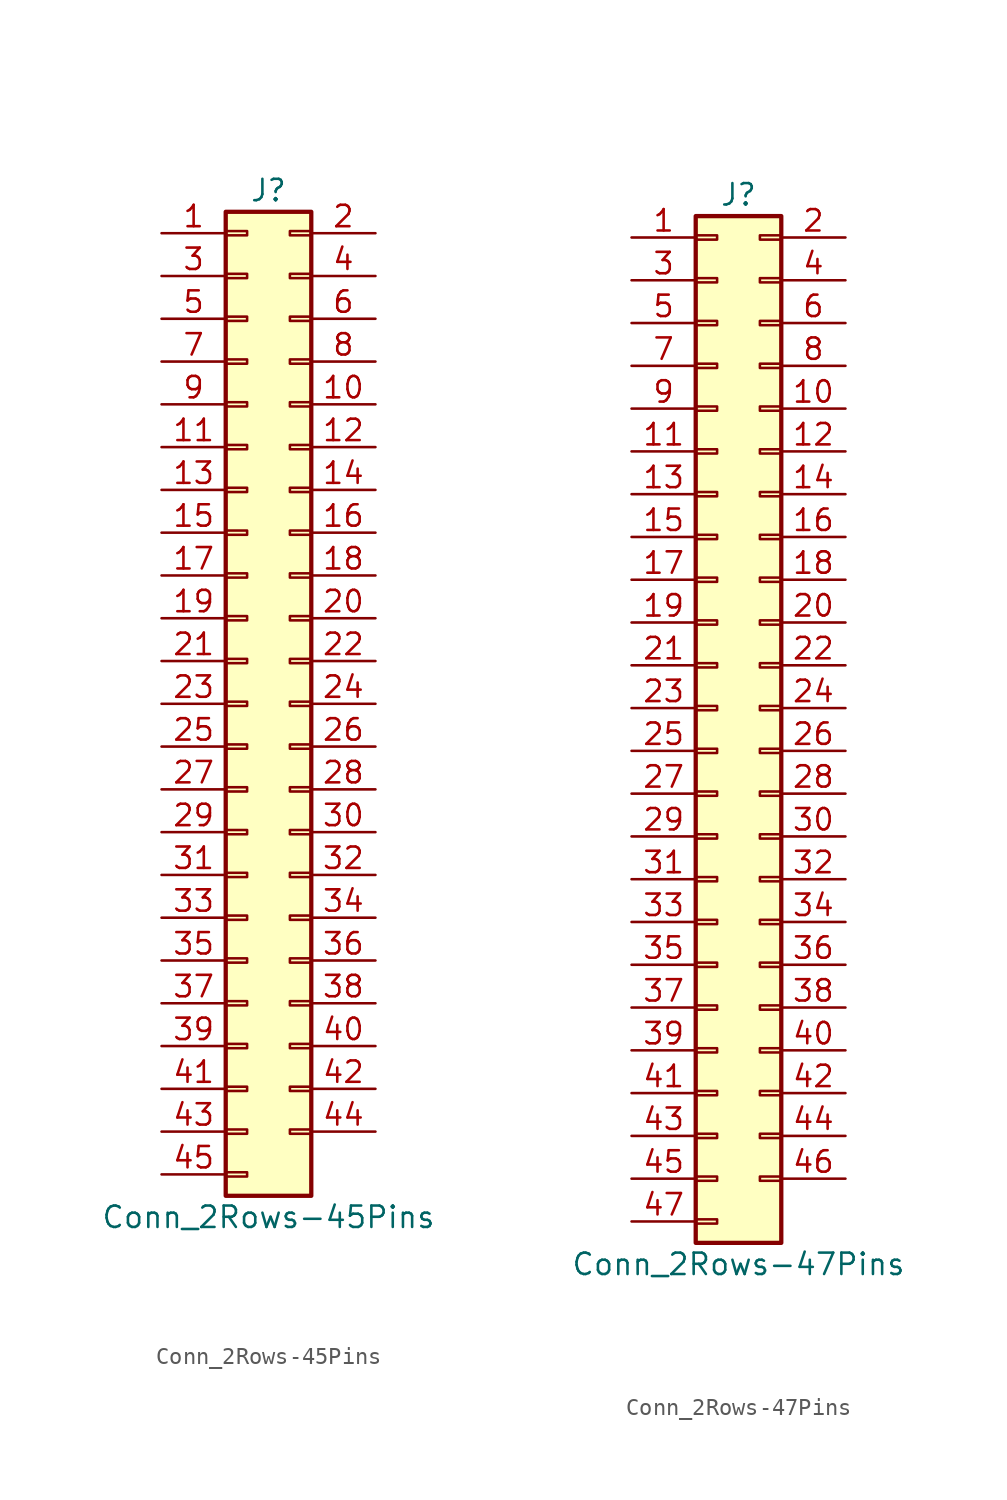
<source format=kicad_sym>
(kicad_symbol_lib
  (version 20201005)
  (generator kicad_symbol_editor)
  (symbol "Connector_Generic:Conn_2Rows-45Pins"
    (pin_names
      (offset 1.016) hide)
    (property "Reference" "J"
      (at 1.27 30.48 0)
      (effects (font (size 1.27 1.27))))
    (property "Value" "Conn_2Rows-45Pins"
      (at 1.27 -30.48 0)
      (effects (font (size 1.27 1.27))))
    (symbol "Conn_2Rows-45Pins_1_1"
      (rectangle (start -1.27 -27.813) (end 0 -28.067) (stroke (width 0.152)) (fill (type none)))
      (rectangle (start -1.27 -4.953) (end 0 -5.207) (stroke (width 0.152)) (fill (type none)))
      (rectangle (start -1.27 -7.493) (end 0 -7.747) (stroke (width 0.152)) (fill (type none)))
      (rectangle (start -1.27 -10.033) (end 0 -10.287) (stroke (width 0.152)) (fill (type none)))
      (rectangle (start -1.27 -12.573) (end 0 -12.827) (stroke (width 0.152)) (fill (type none)))
      (rectangle (start -1.27 -15.113) (end 0 -15.367) (stroke (width 0.152)) (fill (type none)))
      (rectangle (start -1.27 -17.653) (end 0 -17.907) (stroke (width 0.152)) (fill (type none)))
      (rectangle (start -1.27 -20.193) (end 0 -20.447) (stroke (width 0.152)) (fill (type none)))
      (rectangle (start -1.27 -22.733) (end 0 -22.987) (stroke (width 0.152)) (fill (type none)))
      (rectangle (start -1.27 -2.413) (end 0 -2.667) (stroke (width 0.152)) (fill (type none)))
      (rectangle (start -1.27 -25.273) (end 0 -25.527) (stroke (width 0.152)) (fill (type none)))
      (rectangle (start -1.27 25.527) (end 0 25.273) (stroke (width 0.152)) (fill (type none)))
      (rectangle (start -1.27 2.667) (end 0 2.413) (stroke (width 0.152)) (fill (type none)))
      (rectangle (start -1.27 28.067) (end 0 27.813) (stroke (width 0.152)) (fill (type none)))
      (rectangle (start -1.27 29.21) (end 3.81 -29.21) (stroke (width 0.254)) (fill (type background)))
      (rectangle (start -1.27 5.207) (end 0 4.953) (stroke (width 0.152)) (fill (type none)))
      (rectangle (start -1.27 7.747) (end 0 7.493) (stroke (width 0.152)) (fill (type none)))
      (rectangle (start -1.27 10.287) (end 0 10.033) (stroke (width 0.152)) (fill (type none)))
      (rectangle (start -1.27 0.127) (end 0 -0.127) (stroke (width 0.152)) (fill (type none)))
      (rectangle (start -1.27 12.827) (end 0 12.573) (stroke (width 0.152)) (fill (type none)))
      (rectangle (start -1.27 15.367) (end 0 15.113) (stroke (width 0.152)) (fill (type none)))
      (rectangle (start -1.27 17.907) (end 0 17.653) (stroke (width 0.152)) (fill (type none)))
      (rectangle (start -1.27 20.447) (end 0 20.193) (stroke (width 0.152)) (fill (type none)))
      (rectangle (start -1.27 22.987) (end 0 22.733) (stroke (width 0.152)) (fill (type none)))
      (rectangle (start 3.81 -4.953) (end 2.54 -5.207) (stroke (width 0.152)) (fill (type none)))
      (rectangle (start 3.81 -7.493) (end 2.54 -7.747) (stroke (width 0.152)) (fill (type none)))
      (rectangle (start 3.81 -10.033) (end 2.54 -10.287) (stroke (width 0.152)) (fill (type none)))
      (rectangle (start 3.81 -12.573) (end 2.54 -12.827) (stroke (width 0.152)) (fill (type none)))
      (rectangle (start 3.81 -15.113) (end 2.54 -15.367) (stroke (width 0.152)) (fill (type none)))
      (rectangle (start 3.81 -17.653) (end 2.54 -17.907) (stroke (width 0.152)) (fill (type none)))
      (rectangle (start 3.81 -20.193) (end 2.54 -20.447) (stroke (width 0.152)) (fill (type none)))
      (rectangle (start 3.81 -22.733) (end 2.54 -22.987) (stroke (width 0.152)) (fill (type none)))
      (rectangle (start 3.81 -2.413) (end 2.54 -2.667) (stroke (width 0.152)) (fill (type none)))
      (rectangle (start 3.81 -25.273) (end 2.54 -25.527) (stroke (width 0.152)) (fill (type none)))
      (rectangle (start 3.81 25.527) (end 2.54 25.273) (stroke (width 0.152)) (fill (type none)))
      (rectangle (start 3.81 2.667) (end 2.54 2.413) (stroke (width 0.152)) (fill (type none)))
      (rectangle (start 3.81 28.067) (end 2.54 27.813) (stroke (width 0.152)) (fill (type none)))
      (rectangle (start 3.81 5.207) (end 2.54 4.953) (stroke (width 0.152)) (fill (type none)))
      (rectangle (start 3.81 7.747) (end 2.54 7.493) (stroke (width 0.152)) (fill (type none)))
      (rectangle (start 3.81 10.287) (end 2.54 10.033) (stroke (width 0.152)) (fill (type none)))
      (rectangle (start 3.81 0.127) (end 2.54 -0.127) (stroke (width 0.152)) (fill (type none)))
      (rectangle (start 3.81 12.827) (end 2.54 12.573) (stroke (width 0.152)) (fill (type none)))
      (rectangle (start 3.81 15.367) (end 2.54 15.113) (stroke (width 0.152)) (fill (type none)))
      (rectangle (start 3.81 17.907) (end 2.54 17.653) (stroke (width 0.152)) (fill (type none)))
      (rectangle (start 3.81 20.447) (end 2.54 20.193) (stroke (width 0.152)) (fill (type none)))
      (rectangle (start 3.81 22.987) (end 2.54 22.733) (stroke (width 0.152)) (fill (type none)))
      (pin passive line (at -5.08 27.94 0) (length 3.81) (name "Pin_1" (effects (font (size 1.27 1.27)))) (number "1" (effects (font (size 1.27 1.27)))))
      (pin passive line (at 7.62 17.78 180) (length 3.81) (name "Pin_10" (effects (font (size 1.27 1.27)))) (number "10" (effects (font (size 1.27 1.27)))))
      (pin passive line (at -5.08 15.24 0) (length 3.81) (name "Pin_11" (effects (font (size 1.27 1.27)))) (number "11" (effects (font (size 1.27 1.27)))))
      (pin passive line (at 7.62 15.24 180) (length 3.81) (name "Pin_12" (effects (font (size 1.27 1.27)))) (number "12" (effects (font (size 1.27 1.27)))))
      (pin passive line (at -5.08 12.7 0) (length 3.81) (name "Pin_13" (effects (font (size 1.27 1.27)))) (number "13" (effects (font (size 1.27 1.27)))))
      (pin passive line (at 7.62 12.7 180) (length 3.81) (name "Pin_14" (effects (font (size 1.27 1.27)))) (number "14" (effects (font (size 1.27 1.27)))))
      (pin passive line (at -5.08 10.16 0) (length 3.81) (name "Pin_15" (effects (font (size 1.27 1.27)))) (number "15" (effects (font (size 1.27 1.27)))))
      (pin passive line (at 7.62 10.16 180) (length 3.81) (name "Pin_16" (effects (font (size 1.27 1.27)))) (number "16" (effects (font (size 1.27 1.27)))))
      (pin passive line (at -5.08 7.62 0) (length 3.81) (name "Pin_17" (effects (font (size 1.27 1.27)))) (number "17" (effects (font (size 1.27 1.27)))))
      (pin passive line (at 7.62 7.62 180) (length 3.81) (name "Pin_18" (effects (font (size 1.27 1.27)))) (number "18" (effects (font (size 1.27 1.27)))))
      (pin passive line (at -5.08 5.08 0) (length 3.81) (name "Pin_19" (effects (font (size 1.27 1.27)))) (number "19" (effects (font (size 1.27 1.27)))))
      (pin passive line (at 7.62 27.94 180) (length 3.81) (name "Pin_2" (effects (font (size 1.27 1.27)))) (number "2" (effects (font (size 1.27 1.27)))))
      (pin passive line (at 7.62 5.08 180) (length 3.81) (name "Pin_20" (effects (font (size 1.27 1.27)))) (number "20" (effects (font (size 1.27 1.27)))))
      (pin passive line (at -5.08 2.54 0) (length 3.81) (name "Pin_21" (effects (font (size 1.27 1.27)))) (number "21" (effects (font (size 1.27 1.27)))))
      (pin passive line (at 7.62 2.54 180) (length 3.81) (name "Pin_22" (effects (font (size 1.27 1.27)))) (number "22" (effects (font (size 1.27 1.27)))))
      (pin passive line (at -5.08 0 0) (length 3.81) (name "Pin_23" (effects (font (size 1.27 1.27)))) (number "23" (effects (font (size 1.27 1.27)))))
      (pin passive line (at 7.62 0 180) (length 3.81) (name "Pin_24" (effects (font (size 1.27 1.27)))) (number "24" (effects (font (size 1.27 1.27)))))
      (pin passive line (at -5.08 -2.54 0) (length 3.81) (name "Pin_25" (effects (font (size 1.27 1.27)))) (number "25" (effects (font (size 1.27 1.27)))))
      (pin passive line (at 7.62 -2.54 180) (length 3.81) (name "Pin_26" (effects (font (size 1.27 1.27)))) (number "26" (effects (font (size 1.27 1.27)))))
      (pin passive line (at -5.08 -5.08 0) (length 3.81) (name "Pin_27" (effects (font (size 1.27 1.27)))) (number "27" (effects (font (size 1.27 1.27)))))
      (pin passive line (at 7.62 -5.08 180) (length 3.81) (name "Pin_28" (effects (font (size 1.27 1.27)))) (number "28" (effects (font (size 1.27 1.27)))))
      (pin passive line (at -5.08 -7.62 0) (length 3.81) (name "Pin_29" (effects (font (size 1.27 1.27)))) (number "29" (effects (font (size 1.27 1.27)))))
      (pin passive line (at -5.08 25.4 0) (length 3.81) (name "Pin_3" (effects (font (size 1.27 1.27)))) (number "3" (effects (font (size 1.27 1.27)))))
      (pin passive line (at 7.62 -7.62 180) (length 3.81) (name "Pin_30" (effects (font (size 1.27 1.27)))) (number "30" (effects (font (size 1.27 1.27)))))
      (pin passive line (at -5.08 -10.16 0) (length 3.81) (name "Pin_31" (effects (font (size 1.27 1.27)))) (number "31" (effects (font (size 1.27 1.27)))))
      (pin passive line (at 7.62 -10.16 180) (length 3.81) (name "Pin_32" (effects (font (size 1.27 1.27)))) (number "32" (effects (font (size 1.27 1.27)))))
      (pin passive line (at -5.08 -12.7 0) (length 3.81) (name "Pin_33" (effects (font (size 1.27 1.27)))) (number "33" (effects (font (size 1.27 1.27)))))
      (pin passive line (at 7.62 -12.7 180) (length 3.81) (name "Pin_34" (effects (font (size 1.27 1.27)))) (number "34" (effects (font (size 1.27 1.27)))))
      (pin passive line (at -5.08 -15.24 0) (length 3.81) (name "Pin_35" (effects (font (size 1.27 1.27)))) (number "35" (effects (font (size 1.27 1.27)))))
      (pin passive line (at 7.62 -15.24 180) (length 3.81) (name "Pin_36" (effects (font (size 1.27 1.27)))) (number "36" (effects (font (size 1.27 1.27)))))
      (pin passive line (at -5.08 -17.78 0) (length 3.81) (name "Pin_37" (effects (font (size 1.27 1.27)))) (number "37" (effects (font (size 1.27 1.27)))))
      (pin passive line (at 7.62 -17.78 180) (length 3.81) (name "Pin_38" (effects (font (size 1.27 1.27)))) (number "38" (effects (font (size 1.27 1.27)))))
      (pin passive line (at -5.08 -20.32 0) (length 3.81) (name "Pin_39" (effects (font (size 1.27 1.27)))) (number "39" (effects (font (size 1.27 1.27)))))
      (pin passive line (at 7.62 25.4 180) (length 3.81) (name "Pin_4" (effects (font (size 1.27 1.27)))) (number "4" (effects (font (size 1.27 1.27)))))
      (pin passive line (at 7.62 -20.32 180) (length 3.81) (name "Pin_40" (effects (font (size 1.27 1.27)))) (number "40" (effects (font (size 1.27 1.27)))))
      (pin passive line (at -5.08 -22.86 0) (length 3.81) (name "Pin_41" (effects (font (size 1.27 1.27)))) (number "41" (effects (font (size 1.27 1.27)))))
      (pin passive line (at 7.62 -22.86 180) (length 3.81) (name "Pin_42" (effects (font (size 1.27 1.27)))) (number "42" (effects (font (size 1.27 1.27)))))
      (pin passive line (at -5.08 -25.4 0) (length 3.81) (name "Pin_43" (effects (font (size 1.27 1.27)))) (number "43" (effects (font (size 1.27 1.27)))))
      (pin passive line (at 7.62 -25.4 180) (length 3.81) (name "Pin_44" (effects (font (size 1.27 1.27)))) (number "44" (effects (font (size 1.27 1.27)))))
      (pin passive line (at -5.08 -27.94 0) (length 3.81) (name "Pin_45" (effects (font (size 1.27 1.27)))) (number "45" (effects (font (size 1.27 1.27)))))
      (pin passive line (at -5.08 22.86 0) (length 3.81) (name "Pin_5" (effects (font (size 1.27 1.27)))) (number "5" (effects (font (size 1.27 1.27)))))
      (pin passive line (at 7.62 22.86 180) (length 3.81) (name "Pin_6" (effects (font (size 1.27 1.27)))) (number "6" (effects (font (size 1.27 1.27)))))
      (pin passive line (at -5.08 20.32 0) (length 3.81) (name "Pin_7" (effects (font (size 1.27 1.27)))) (number "7" (effects (font (size 1.27 1.27)))))
      (pin passive line (at 7.62 20.32 180) (length 3.81) (name "Pin_8" (effects (font (size 1.27 1.27)))) (number "8" (effects (font (size 1.27 1.27)))))
      (pin passive line (at -5.08 17.78 0) (length 3.81) (name "Pin_9" (effects (font (size 1.27 1.27)))) (number "9" (effects (font (size 1.27 1.27)))))))
  (symbol "Connector_Generic:Conn_2Rows-47Pins"
    (pin_names
      (offset 1.016) hide)
    (property "Reference" "J"
      (at 1.27 30.48 0)
      (effects (font (size 1.27 1.27))))
    (property "Value" "Conn_2Rows-47Pins"
      (at 1.27 -33.02 0)
      (effects (font (size 1.27 1.27))))
    (symbol "Conn_2Rows-47Pins_1_1"
      (rectangle (start -1.27 -27.813) (end 0 -28.067) (stroke (width 0.152)) (fill (type none)))
      (rectangle (start -1.27 -30.353) (end 0 -30.607) (stroke (width 0.152)) (fill (type none)))
      (rectangle (start -1.27 -4.953) (end 0 -5.207) (stroke (width 0.152)) (fill (type none)))
      (rectangle (start -1.27 -7.493) (end 0 -7.747) (stroke (width 0.152)) (fill (type none)))
      (rectangle (start -1.27 -10.033) (end 0 -10.287) (stroke (width 0.152)) (fill (type none)))
      (rectangle (start -1.27 -12.573) (end 0 -12.827) (stroke (width 0.152)) (fill (type none)))
      (rectangle (start -1.27 -15.113) (end 0 -15.367) (stroke (width 0.152)) (fill (type none)))
      (rectangle (start -1.27 -17.653) (end 0 -17.907) (stroke (width 0.152)) (fill (type none)))
      (rectangle (start -1.27 -20.193) (end 0 -20.447) (stroke (width 0.152)) (fill (type none)))
      (rectangle (start -1.27 -22.733) (end 0 -22.987) (stroke (width 0.152)) (fill (type none)))
      (rectangle (start -1.27 -2.413) (end 0 -2.667) (stroke (width 0.152)) (fill (type none)))
      (rectangle (start -1.27 -25.273) (end 0 -25.527) (stroke (width 0.152)) (fill (type none)))
      (rectangle (start -1.27 25.527) (end 0 25.273) (stroke (width 0.152)) (fill (type none)))
      (rectangle (start -1.27 2.667) (end 0 2.413) (stroke (width 0.152)) (fill (type none)))
      (rectangle (start -1.27 28.067) (end 0 27.813) (stroke (width 0.152)) (fill (type none)))
      (rectangle (start -1.27 29.21) (end 3.81 -31.75) (stroke (width 0.254)) (fill (type background)))
      (rectangle (start -1.27 5.207) (end 0 4.953) (stroke (width 0.152)) (fill (type none)))
      (rectangle (start -1.27 7.747) (end 0 7.493) (stroke (width 0.152)) (fill (type none)))
      (rectangle (start -1.27 10.287) (end 0 10.033) (stroke (width 0.152)) (fill (type none)))
      (rectangle (start -1.27 0.127) (end 0 -0.127) (stroke (width 0.152)) (fill (type none)))
      (rectangle (start -1.27 12.827) (end 0 12.573) (stroke (width 0.152)) (fill (type none)))
      (rectangle (start -1.27 15.367) (end 0 15.113) (stroke (width 0.152)) (fill (type none)))
      (rectangle (start -1.27 17.907) (end 0 17.653) (stroke (width 0.152)) (fill (type none)))
      (rectangle (start -1.27 20.447) (end 0 20.193) (stroke (width 0.152)) (fill (type none)))
      (rectangle (start -1.27 22.987) (end 0 22.733) (stroke (width 0.152)) (fill (type none)))
      (rectangle (start 3.81 -27.813) (end 2.54 -28.067) (stroke (width 0.152)) (fill (type none)))
      (rectangle (start 3.81 -4.953) (end 2.54 -5.207) (stroke (width 0.152)) (fill (type none)))
      (rectangle (start 3.81 -7.493) (end 2.54 -7.747) (stroke (width 0.152)) (fill (type none)))
      (rectangle (start 3.81 -10.033) (end 2.54 -10.287) (stroke (width 0.152)) (fill (type none)))
      (rectangle (start 3.81 -12.573) (end 2.54 -12.827) (stroke (width 0.152)) (fill (type none)))
      (rectangle (start 3.81 -15.113) (end 2.54 -15.367) (stroke (width 0.152)) (fill (type none)))
      (rectangle (start 3.81 -17.653) (end 2.54 -17.907) (stroke (width 0.152)) (fill (type none)))
      (rectangle (start 3.81 -20.193) (end 2.54 -20.447) (stroke (width 0.152)) (fill (type none)))
      (rectangle (start 3.81 -22.733) (end 2.54 -22.987) (stroke (width 0.152)) (fill (type none)))
      (rectangle (start 3.81 -2.413) (end 2.54 -2.667) (stroke (width 0.152)) (fill (type none)))
      (rectangle (start 3.81 -25.273) (end 2.54 -25.527) (stroke (width 0.152)) (fill (type none)))
      (rectangle (start 3.81 25.527) (end 2.54 25.273) (stroke (width 0.152)) (fill (type none)))
      (rectangle (start 3.81 2.667) (end 2.54 2.413) (stroke (width 0.152)) (fill (type none)))
      (rectangle (start 3.81 28.067) (end 2.54 27.813) (stroke (width 0.152)) (fill (type none)))
      (rectangle (start 3.81 5.207) (end 2.54 4.953) (stroke (width 0.152)) (fill (type none)))
      (rectangle (start 3.81 7.747) (end 2.54 7.493) (stroke (width 0.152)) (fill (type none)))
      (rectangle (start 3.81 10.287) (end 2.54 10.033) (stroke (width 0.152)) (fill (type none)))
      (rectangle (start 3.81 0.127) (end 2.54 -0.127) (stroke (width 0.152)) (fill (type none)))
      (rectangle (start 3.81 12.827) (end 2.54 12.573) (stroke (width 0.152)) (fill (type none)))
      (rectangle (start 3.81 15.367) (end 2.54 15.113) (stroke (width 0.152)) (fill (type none)))
      (rectangle (start 3.81 17.907) (end 2.54 17.653) (stroke (width 0.152)) (fill (type none)))
      (rectangle (start 3.81 20.447) (end 2.54 20.193) (stroke (width 0.152)) (fill (type none)))
      (rectangle (start 3.81 22.987) (end 2.54 22.733) (stroke (width 0.152)) (fill (type none)))
      (pin passive line (at -5.08 27.94 0) (length 3.81) (name "Pin_1" (effects (font (size 1.27 1.27)))) (number "1" (effects (font (size 1.27 1.27)))))
      (pin passive line (at 7.62 17.78 180) (length 3.81) (name "Pin_10" (effects (font (size 1.27 1.27)))) (number "10" (effects (font (size 1.27 1.27)))))
      (pin passive line (at -5.08 15.24 0) (length 3.81) (name "Pin_11" (effects (font (size 1.27 1.27)))) (number "11" (effects (font (size 1.27 1.27)))))
      (pin passive line (at 7.62 15.24 180) (length 3.81) (name "Pin_12" (effects (font (size 1.27 1.27)))) (number "12" (effects (font (size 1.27 1.27)))))
      (pin passive line (at -5.08 12.7 0) (length 3.81) (name "Pin_13" (effects (font (size 1.27 1.27)))) (number "13" (effects (font (size 1.27 1.27)))))
      (pin passive line (at 7.62 12.7 180) (length 3.81) (name "Pin_14" (effects (font (size 1.27 1.27)))) (number "14" (effects (font (size 1.27 1.27)))))
      (pin passive line (at -5.08 10.16 0) (length 3.81) (name "Pin_15" (effects (font (size 1.27 1.27)))) (number "15" (effects (font (size 1.27 1.27)))))
      (pin passive line (at 7.62 10.16 180) (length 3.81) (name "Pin_16" (effects (font (size 1.27 1.27)))) (number "16" (effects (font (size 1.27 1.27)))))
      (pin passive line (at -5.08 7.62 0) (length 3.81) (name "Pin_17" (effects (font (size 1.27 1.27)))) (number "17" (effects (font (size 1.27 1.27)))))
      (pin passive line (at 7.62 7.62 180) (length 3.81) (name "Pin_18" (effects (font (size 1.27 1.27)))) (number "18" (effects (font (size 1.27 1.27)))))
      (pin passive line (at -5.08 5.08 0) (length 3.81) (name "Pin_19" (effects (font (size 1.27 1.27)))) (number "19" (effects (font (size 1.27 1.27)))))
      (pin passive line (at 7.62 27.94 180) (length 3.81) (name "Pin_2" (effects (font (size 1.27 1.27)))) (number "2" (effects (font (size 1.27 1.27)))))
      (pin passive line (at 7.62 5.08 180) (length 3.81) (name "Pin_20" (effects (font (size 1.27 1.27)))) (number "20" (effects (font (size 1.27 1.27)))))
      (pin passive line (at -5.08 2.54 0) (length 3.81) (name "Pin_21" (effects (font (size 1.27 1.27)))) (number "21" (effects (font (size 1.27 1.27)))))
      (pin passive line (at 7.62 2.54 180) (length 3.81) (name "Pin_22" (effects (font (size 1.27 1.27)))) (number "22" (effects (font (size 1.27 1.27)))))
      (pin passive line (at -5.08 0 0) (length 3.81) (name "Pin_23" (effects (font (size 1.27 1.27)))) (number "23" (effects (font (size 1.27 1.27)))))
      (pin passive line (at 7.62 0 180) (length 3.81) (name "Pin_24" (effects (font (size 1.27 1.27)))) (number "24" (effects (font (size 1.27 1.27)))))
      (pin passive line (at -5.08 -2.54 0) (length 3.81) (name "Pin_25" (effects (font (size 1.27 1.27)))) (number "25" (effects (font (size 1.27 1.27)))))
      (pin passive line (at 7.62 -2.54 180) (length 3.81) (name "Pin_26" (effects (font (size 1.27 1.27)))) (number "26" (effects (font (size 1.27 1.27)))))
      (pin passive line (at -5.08 -5.08 0) (length 3.81) (name "Pin_27" (effects (font (size 1.27 1.27)))) (number "27" (effects (font (size 1.27 1.27)))))
      (pin passive line (at 7.62 -5.08 180) (length 3.81) (name "Pin_28" (effects (font (size 1.27 1.27)))) (number "28" (effects (font (size 1.27 1.27)))))
      (pin passive line (at -5.08 -7.62 0) (length 3.81) (name "Pin_29" (effects (font (size 1.27 1.27)))) (number "29" (effects (font (size 1.27 1.27)))))
      (pin passive line (at -5.08 25.4 0) (length 3.81) (name "Pin_3" (effects (font (size 1.27 1.27)))) (number "3" (effects (font (size 1.27 1.27)))))
      (pin passive line (at 7.62 -7.62 180) (length 3.81) (name "Pin_30" (effects (font (size 1.27 1.27)))) (number "30" (effects (font (size 1.27 1.27)))))
      (pin passive line (at -5.08 -10.16 0) (length 3.81) (name "Pin_31" (effects (font (size 1.27 1.27)))) (number "31" (effects (font (size 1.27 1.27)))))
      (pin passive line (at 7.62 -10.16 180) (length 3.81) (name "Pin_32" (effects (font (size 1.27 1.27)))) (number "32" (effects (font (size 1.27 1.27)))))
      (pin passive line (at -5.08 -12.7 0) (length 3.81) (name "Pin_33" (effects (font (size 1.27 1.27)))) (number "33" (effects (font (size 1.27 1.27)))))
      (pin passive line (at 7.62 -12.7 180) (length 3.81) (name "Pin_34" (effects (font (size 1.27 1.27)))) (number "34" (effects (font (size 1.27 1.27)))))
      (pin passive line (at -5.08 -15.24 0) (length 3.81) (name "Pin_35" (effects (font (size 1.27 1.27)))) (number "35" (effects (font (size 1.27 1.27)))))
      (pin passive line (at 7.62 -15.24 180) (length 3.81) (name "Pin_36" (effects (font (size 1.27 1.27)))) (number "36" (effects (font (size 1.27 1.27)))))
      (pin passive line (at -5.08 -17.78 0) (length 3.81) (name "Pin_37" (effects (font (size 1.27 1.27)))) (number "37" (effects (font (size 1.27 1.27)))))
      (pin passive line (at 7.62 -17.78 180) (length 3.81) (name "Pin_38" (effects (font (size 1.27 1.27)))) (number "38" (effects (font (size 1.27 1.27)))))
      (pin passive line (at -5.08 -20.32 0) (length 3.81) (name "Pin_39" (effects (font (size 1.27 1.27)))) (number "39" (effects (font (size 1.27 1.27)))))
      (pin passive line (at 7.62 25.4 180) (length 3.81) (name "Pin_4" (effects (font (size 1.27 1.27)))) (number "4" (effects (font (size 1.27 1.27)))))
      (pin passive line (at 7.62 -20.32 180) (length 3.81) (name "Pin_40" (effects (font (size 1.27 1.27)))) (number "40" (effects (font (size 1.27 1.27)))))
      (pin passive line (at -5.08 -22.86 0) (length 3.81) (name "Pin_41" (effects (font (size 1.27 1.27)))) (number "41" (effects (font (size 1.27 1.27)))))
      (pin passive line (at 7.62 -22.86 180) (length 3.81) (name "Pin_42" (effects (font (size 1.27 1.27)))) (number "42" (effects (font (size 1.27 1.27)))))
      (pin passive line (at -5.08 -25.4 0) (length 3.81) (name "Pin_43" (effects (font (size 1.27 1.27)))) (number "43" (effects (font (size 1.27 1.27)))))
      (pin passive line (at 7.62 -25.4 180) (length 3.81) (name "Pin_44" (effects (font (size 1.27 1.27)))) (number "44" (effects (font (size 1.27 1.27)))))
      (pin passive line (at -5.08 -27.94 0) (length 3.81) (name "Pin_45" (effects (font (size 1.27 1.27)))) (number "45" (effects (font (size 1.27 1.27)))))
      (pin passive line (at 7.62 -27.94 180) (length 3.81) (name "Pin_46" (effects (font (size 1.27 1.27)))) (number "46" (effects (font (size 1.27 1.27)))))
      (pin passive line (at -5.08 -30.48 0) (length 3.81) (name "Pin_47" (effects (font (size 1.27 1.27)))) (number "47" (effects (font (size 1.27 1.27)))))
      (pin passive line (at -5.08 22.86 0) (length 3.81) (name "Pin_5" (effects (font (size 1.27 1.27)))) (number "5" (effects (font (size 1.27 1.27)))))
      (pin passive line (at 7.62 22.86 180) (length 3.81) (name "Pin_6" (effects (font (size 1.27 1.27)))) (number "6" (effects (font (size 1.27 1.27)))))
      (pin passive line (at -5.08 20.32 0) (length 3.81) (name "Pin_7" (effects (font (size 1.27 1.27)))) (number "7" (effects (font (size 1.27 1.27)))))
      (pin passive line (at 7.62 20.32 180) (length 3.81) (name "Pin_8" (effects (font (size 1.27 1.27)))) (number "8" (effects (font (size 1.27 1.27)))))
      (pin passive line (at -5.08 17.78 0) (length 3.81) (name "Pin_9" (effects (font (size 1.27 1.27)))) (number "9" (effects (font (size 1.27 1.27))))))))
</source>
